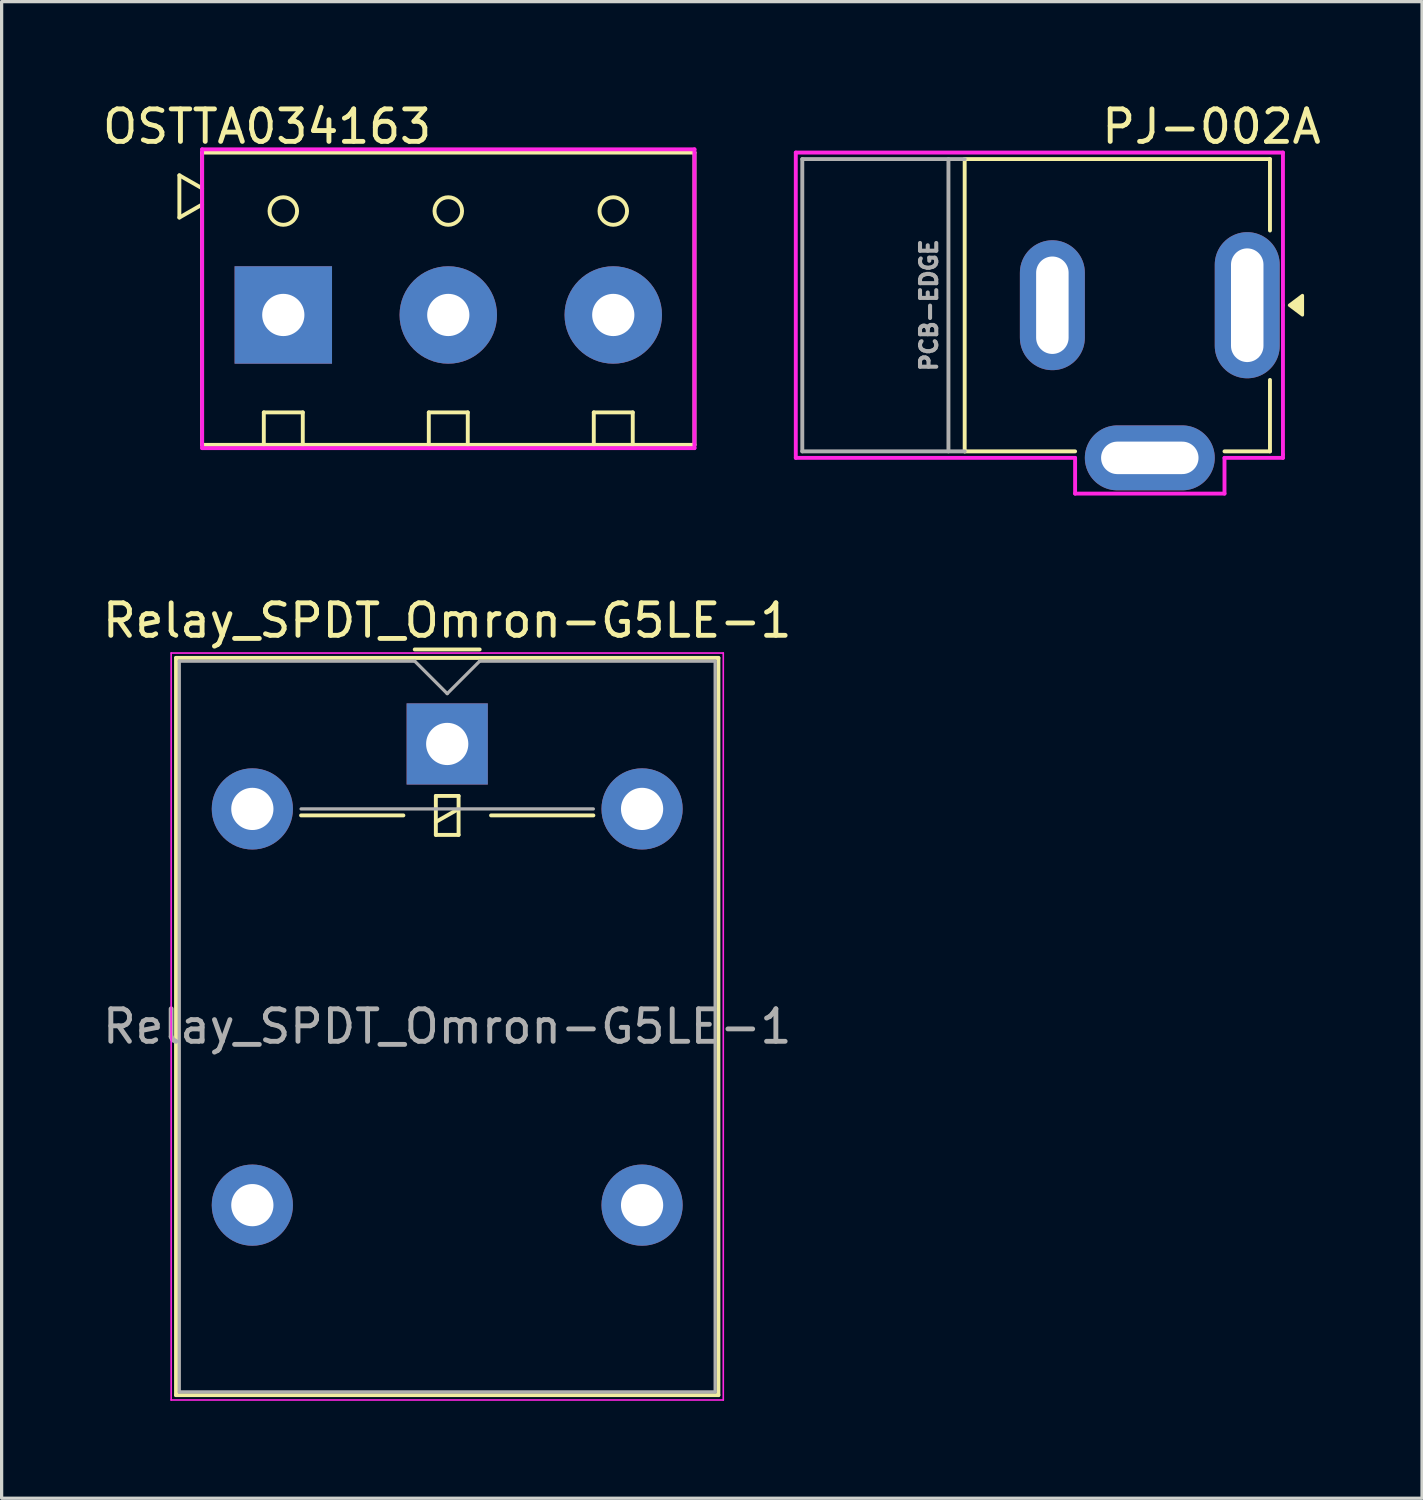
<source format=kicad_pcb>
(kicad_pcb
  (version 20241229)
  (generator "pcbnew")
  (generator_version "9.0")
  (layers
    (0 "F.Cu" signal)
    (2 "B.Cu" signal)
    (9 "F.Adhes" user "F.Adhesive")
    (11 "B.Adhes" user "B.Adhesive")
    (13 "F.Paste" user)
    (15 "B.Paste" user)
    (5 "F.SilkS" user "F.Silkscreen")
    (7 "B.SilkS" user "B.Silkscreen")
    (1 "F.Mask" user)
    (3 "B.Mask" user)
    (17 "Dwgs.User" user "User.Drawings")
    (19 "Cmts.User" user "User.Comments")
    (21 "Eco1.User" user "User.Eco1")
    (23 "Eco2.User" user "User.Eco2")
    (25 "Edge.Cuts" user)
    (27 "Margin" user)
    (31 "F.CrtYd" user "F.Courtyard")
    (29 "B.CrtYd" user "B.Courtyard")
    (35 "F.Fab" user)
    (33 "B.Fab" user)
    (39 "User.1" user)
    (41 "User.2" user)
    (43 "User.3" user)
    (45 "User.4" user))
  (footprint "PJ-002A"
    (layer "F.Cu")
    (at 35.353 6.348)
    (property "Reference" "PJ-002A" (at -1.1 -5.5 0) (layer "F.SilkS") (effects (font (size 1 1) (thickness 0.15))))
    (attr through_hole)
    (fp_line (start -8.7 -4.5) (end -8.7 4.5) (stroke (width 0.12) (type solid)) (layer "F.SilkS"))
    (fp_line (start -8.7 4.5) (end -5.3 4.5) (stroke (width 0.12) (type solid)) (layer "F.SilkS"))
    (fp_line (start 0.7 -4.5) (end -8.7 -4.5) (stroke (width 0.12) (type solid)) (layer "F.SilkS"))
    (fp_line (start 0.7 -2.3) (end 0.7 -4.5) (stroke (width 0.12) (type solid)) (layer "F.SilkS"))
    (fp_line (start 0.7 4.5) (end -0.7 4.5) (stroke (width 0.12) (type solid)) (layer "F.SilkS"))
    (fp_line (start 0.7 4.5) (end 0.7 2.3) (stroke (width 0.12) (type solid)) (layer "F.SilkS"))
    (fp_poly (pts (xy 1.7 0.3) (xy 1.3 0) (xy 1.7 -0.3)) (stroke (width 0.1) (type solid)) (fill yes) (layer "F.SilkS"))
    (fp_line (start -13.9 -4.7) (end 1.1 -4.7) (stroke (width 0.12) (type solid)) (layer "F.CrtYd"))
    (fp_line (start -13.9 4.7) (end -13.9 -4.7) (stroke (width 0.12) (type solid)) (layer "F.CrtYd"))
    (fp_line (start -5.3 4.7) (end -13.9 4.7) (stroke (width 0.12) (type solid)) (layer "F.CrtYd"))
    (fp_line (start -5.3 5.8) (end -5.3 4.7) (stroke (width 0.12) (type solid)) (layer "F.CrtYd"))
    (fp_line (start -0.7 4.7) (end -0.7 5.8) (stroke (width 0.12) (type solid)) (layer "F.CrtYd"))
    (fp_line (start -0.7 5.8) (end -5.3 5.8) (stroke (width 0.12) (type solid)) (layer "F.CrtYd"))
    (fp_line (start 1.1 -4.7) (end 1.1 0) (stroke (width 0.12) (type solid)) (layer "F.CrtYd"))
    (fp_line (start 1.1 0) (end 1.1 4.6) (stroke (width 0.12) (type solid)) (layer "F.CrtYd"))
    (fp_line (start 1.1 4.6) (end 1.1 4.7) (stroke (width 0.12) (type solid)) (layer "F.CrtYd"))
    (fp_line (start 1.1 4.7) (end -0.7 4.7) (stroke (width 0.12) (type solid)) (layer "F.CrtYd"))
    (fp_line (start -13.7 -4.5) (end -13.7 4.5) (stroke (width 0.12) (type solid)) (layer "F.Fab"))
    (fp_line (start -13.7 -4.5) (end -8.7 -4.5) (stroke (width 0.12) (type solid)) (layer "F.Fab"))
    (fp_line (start -13.7 4.5) (end -8.7 4.5) (stroke (width 0.12) (type solid)) (layer "F.Fab"))
    (fp_line (start -9.2 -4.5) (end -9.2 4.5) (stroke (width 0.12) (type solid)) (layer "F.Fab"))
    (fp_text user "PCB-EDGE" (at -9.8 0 90) (layer "F.Fab") (effects (font (size 0.5 0.5) (thickness 0.125))))
    (pad "1" thru_hole oval (at 0 0) (size 2 4.5) (drill oval 1 3.5) (layers "*.Cu" "*.Mask"))
    (pad "2" thru_hole oval (at -6 0) (size 2 4) (drill oval 1 3) (layers "*.Cu" "*.Mask"))
    (pad "3" thru_hole oval (at -3 4.7 90) (size 2 4) (drill oval 1 3) (layers "*.Cu" "*.Mask")))
  (footprint "Relay_SPDT_Omron-G5LE-1"
    (layer "F.Cu")
    (at 10.72 19.857)
    (property "Reference" "Relay_SPDT_Omron-G5LE-1" (at 0 -3.8 0) (layer "F.SilkS") (effects (font (size 1 1) (thickness 0.15))))
    (attr through_hole)
    (fp_line (start -8.35 -2.65) (end -8.35 20.05) (stroke (width 0.12) (type solid)) (layer "F.SilkS"))
    (fp_line (start -8.35 20.05) (end 8.35 20.05) (stroke (width 0.12) (type solid)) (layer "F.SilkS"))
    (fp_line (start -4.5 2.2) (end -1.35 2.2) (stroke (width 0.12) (type solid)) (layer "F.SilkS"))
    (fp_line (start -1 -2.91) (end 1 -2.91) (stroke (width 0.12) (type solid)) (layer "F.SilkS"))
    (fp_line (start -0.35 1.6) (end -0.35 2.8) (stroke (width 0.12) (type solid)) (layer "F.SilkS"))
    (fp_line (start -0.35 2.4) (end 0.35 2) (stroke (width 0.12) (type solid)) (layer "F.SilkS"))
    (fp_line (start -0.35 2.8) (end 0.35 2.8) (stroke (width 0.12) (type solid)) (layer "F.SilkS"))
    (fp_line (start 0.35 1.6) (end -0.35 1.6) (stroke (width 0.12) (type solid)) (layer "F.SilkS"))
    (fp_line (start 0.35 2.8) (end 0.35 1.6) (stroke (width 0.12) (type solid)) (layer "F.SilkS"))
    (fp_line (start 1.35 2.2) (end 4.5 2.2) (stroke (width 0.12) (type solid)) (layer "F.SilkS"))
    (fp_line (start 8.35 -2.65) (end -8.35 -2.65) (stroke (width 0.12) (type solid)) (layer "F.SilkS"))
    (fp_line (start 8.35 20.05) (end 8.35 -2.65) (stroke (width 0.12) (type solid)) (layer "F.SilkS"))
    (fp_line (start -8.5 -2.8) (end -8.5 20.2) (stroke (width 0.05) (type solid)) (layer "F.CrtYd"))
    (fp_line (start -8.5 20.2) (end 8.5 20.2) (stroke (width 0.05) (type solid)) (layer "F.CrtYd"))
    (fp_line (start 8.5 -2.8) (end -8.5 -2.8) (stroke (width 0.05) (type solid)) (layer "F.CrtYd"))
    (fp_line (start 8.5 20.2) (end 8.5 -2.8) (stroke (width 0.05) (type solid)) (layer "F.CrtYd"))
    (fp_line (start -8.25 -2.55) (end -1 -2.55) (stroke (width 0.1) (type solid)) (layer "F.Fab"))
    (fp_line (start -8.25 19.95) (end -8.25 -2.55) (stroke (width 0.1) (type solid)) (layer "F.Fab"))
    (fp_line (start -4.5 2) (end 4.5 2) (stroke (width 0.1) (type solid)) (layer "F.Fab"))
    (fp_line (start -1 -2.55) (end 0 -1.55) (stroke (width 0.1) (type solid)) (layer "F.Fab"))
    (fp_line (start 0 -1.55) (end 1 -2.55) (stroke (width 0.1) (type solid)) (layer "F.Fab"))
    (fp_line (start 1 -2.55) (end 8.25 -2.55) (stroke (width 0.1) (type solid)) (layer "F.Fab"))
    (fp_line (start 8.25 -2.55) (end 8.25 19.95) (stroke (width 0.1) (type solid)) (layer "F.Fab"))
    (fp_line (start 8.25 19.95) (end -8.25 19.95) (stroke (width 0.1) (type solid)) (layer "F.Fab"))
    (fp_text user "${REFERENCE}" (at 0 8.7 0) (layer "F.Fab") (effects (font (size 1 1) (thickness 0.15))))
    (pad "1" thru_hole rect (at 0 0) (size 2.5 2.5) (drill 1.3) (layers "*.Cu" "*.Mask"))
    (pad "2" thru_hole oval (at -6 2) (size 2.5 2.5) (drill 1.3) (layers "*.Cu" "*.Mask"))
    (pad "3" thru_hole oval (at -6 14.2) (size 2.5 2.5) (drill 1.3) (layers "*.Cu" "*.Mask"))
    (pad "4" thru_hole oval (at 6 14.2) (size 2.5 2.5) (drill 1.3) (layers "*.Cu" "*.Mask"))
    (pad "5" thru_hole oval (at 6 2) (size 2.5 2.5) (drill 1.3) (layers "*.Cu" "*.Mask")))
  (footprint "OSTTA034163"
    (layer "F.Cu")
    (at 5.673 6.648)
    (property "Reference" "OSTTA034163" (at -0.5 -5.8 0) (layer "F.SilkS") (effects (font (size 1 1) (thickness 0.15))))
    (attr through_hole)
    (fp_line (start -3.2 -4.3) (end -3.2 -3) (stroke (width 0.12) (type solid)) (layer "F.SilkS"))
    (fp_line (start -3.2 -3) (end -2.5 -3.4) (stroke (width 0.12) (type solid)) (layer "F.SilkS"))
    (fp_line (start -2.5 -5) (end -2.5 4) (stroke (width 0.12) (type solid)) (layer "F.SilkS"))
    (fp_line (start -2.5 -5) (end 12.66 -5) (stroke (width 0.12) (type solid)) (layer "F.SilkS"))
    (fp_line (start -2.5 -3.9) (end -3.2 -4.3) (stroke (width 0.12) (type solid)) (layer "F.SilkS"))
    (fp_line (start -2.5 4) (end 12.66 4) (stroke (width 0.12) (type solid)) (layer "F.SilkS"))
    (fp_line (start -0.6 3) (end 0.6 3) (stroke (width 0.12) (type solid)) (layer "F.SilkS"))
    (fp_line (start -0.6 4) (end -0.6 3) (stroke (width 0.12) (type solid)) (layer "F.SilkS"))
    (fp_line (start 0.6 3) (end 0.6 4) (stroke (width 0.12) (type solid)) (layer "F.SilkS"))
    (fp_line (start 4.48 3) (end 5.68 3) (stroke (width 0.12) (type solid)) (layer "F.SilkS"))
    (fp_line (start 4.48 4) (end 4.48 3) (stroke (width 0.12) (type solid)) (layer "F.SilkS"))
    (fp_line (start 5.68 3) (end 5.68 4) (stroke (width 0.12) (type solid)) (layer "F.SilkS"))
    (fp_line (start 9.56 3) (end 10.76 3) (stroke (width 0.12) (type solid)) (layer "F.SilkS"))
    (fp_line (start 9.56 4) (end 9.56 3) (stroke (width 0.12) (type solid)) (layer "F.SilkS"))
    (fp_line (start 10.76 3) (end 10.76 4) (stroke (width 0.12) (type solid)) (layer "F.SilkS"))
    (fp_line (start 12.66 -5) (end 12.66 4) (stroke (width 0.12) (type solid)) (layer "F.SilkS"))
    (fp_circle (center 0 -3.2) (end 0.3 -2.9) (stroke (width 0.12) (type solid)) (fill no) (layer "F.SilkS"))
    (fp_circle (center 5.08 -3.2) (end 5.38 -2.9) (stroke (width 0.12) (type solid)) (fill no) (layer "F.SilkS"))
    (fp_circle (center 10.16 -3.2) (end 10.46 -2.9) (stroke (width 0.12) (type solid)) (fill no) (layer "F.SilkS"))
    (fp_line (start -2.5 -5.1) (end -2.5 4.1) (stroke (width 0.12) (type solid)) (layer "F.CrtYd"))
    (fp_line (start -2.5 4.1) (end 12.66 4.1) (stroke (width 0.12) (type solid)) (layer "F.CrtYd"))
    (fp_line (start 12.66 -5.1) (end -2.5 -5.1) (stroke (width 0.12) (type solid)) (layer "F.CrtYd"))
    (fp_line (start 12.66 4.1) (end 12.66 -5.1) (stroke (width 0.12) (type solid)) (layer "F.CrtYd"))
    (pad "1" thru_hole rect (at 0 0) (size 3 3) (drill 1.3) (layers "*.Cu" "*.Mask"))
    (pad "2" thru_hole circle (at 5.08 0) (size 3 3) (drill 1.3) (layers "*.Cu" "*.Mask"))
    (pad "3" thru_hole circle (at 10.16 0) (size 3 3) (drill 1.3) (layers "*.Cu" "*.Mask")))
  (gr_rect
    (start -3 -3)
    (end 40.735 43.081)
    (stroke (width 0.1) (type default))
    (fill no)
    (layer "Edge.Cuts")))
</source>
